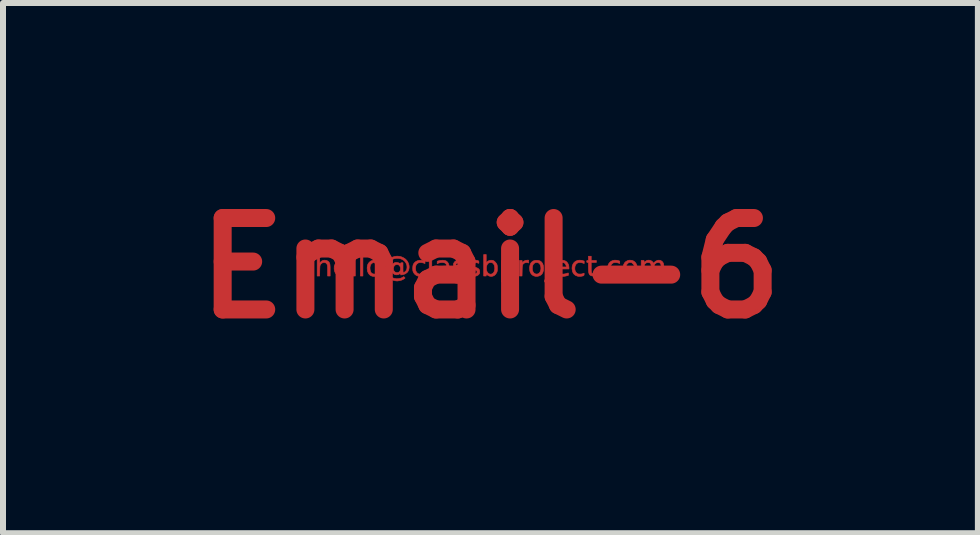
<source format=kicad_pcb>
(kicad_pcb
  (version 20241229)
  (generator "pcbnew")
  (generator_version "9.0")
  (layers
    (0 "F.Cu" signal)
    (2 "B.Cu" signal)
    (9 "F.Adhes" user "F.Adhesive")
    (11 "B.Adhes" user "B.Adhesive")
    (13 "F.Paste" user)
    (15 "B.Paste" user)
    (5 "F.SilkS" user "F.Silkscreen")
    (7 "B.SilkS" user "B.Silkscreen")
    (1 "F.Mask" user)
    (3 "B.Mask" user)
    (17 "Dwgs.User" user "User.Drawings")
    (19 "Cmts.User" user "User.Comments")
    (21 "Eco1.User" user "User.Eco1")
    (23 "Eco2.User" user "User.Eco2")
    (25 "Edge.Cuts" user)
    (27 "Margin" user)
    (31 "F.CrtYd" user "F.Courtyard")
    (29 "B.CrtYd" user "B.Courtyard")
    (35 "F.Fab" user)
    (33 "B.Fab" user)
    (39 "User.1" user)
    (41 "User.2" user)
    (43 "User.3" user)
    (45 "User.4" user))
  (footprint "Email-6"
    (layer "F.Cu")
    (at 5.124 1.418)
    (property "Reference" "Email-6" (at 0 0 0) (layer "F.Cu") (effects (font (size 1.524 1.524) (thickness 0.3))))
    (attr through_hole)
    (fp_poly (pts (xy -2.253 0.132) (xy -2.3 0.132) (xy -2.3 -0.226) (xy -2.253 -0.226) (xy -2.253 0.132)) (stroke (width 0.01) (type solid)) (fill yes) (layer "F.Cu"))
    (fp_poly (pts (xy -2.126 0.132) (xy -2.168 0.132) (xy -2.168 -0.226) (xy -2.126 -0.226) (xy -2.126 0.132)) (stroke (width 0.01) (type solid)) (fill yes) (layer "F.Cu"))
    (fp_poly (pts (xy -0.978 0.132) (xy -1.021 0.132) (xy -1.021 -0.226) (xy -0.978 -0.226) (xy -0.978 0.132)) (stroke (width 0.01) (type solid)) (fill yes) (layer "F.Cu"))
    (fp_poly (pts (xy 1.002 -0.169) (xy 0.955 -0.169) (xy 0.955 -0.226) (xy 1.002 -0.226) (xy 1.002 -0.169)) (stroke (width 0.01) (type solid)) (fill yes) (layer "F.Cu"))
    (fp_poly (pts (xy 1.877 0.132) (xy 1.825 0.132) (xy 1.825 0.071) (xy 1.877 0.071) (xy 1.877 0.132)) (stroke (width 0.01) (type solid)) (fill yes) (layer "F.Cu"))
    (fp_poly (pts (xy 0.635 -0.132) (xy 0.635 -0.085) (xy 0.622 -0.09) (xy 0.604 -0.093) (xy 0.584 -0.09) (xy 0.565 -0.084) (xy 0.558 -0.079) (xy 0.548 -0.071) (xy 0.541 -0.063) (xy 0.536 -0.052) (xy 0.533 -0.038) (xy 0.53 -0.019) (xy 0.529 0.007) (xy 0.528 0.04) (xy 0.528 0.046) (xy 0.526 0.132) (xy 0.484 0.132) (xy 0.484 -0.127) (xy 0.527 -0.127) (xy 0.527 -0.088) (xy 0.54 -0.103) (xy 0.562 -0.119) (xy 0.589 -0.129) (xy 0.612 -0.132) (xy 0.635 -0.132)) (stroke (width 0.01) (type solid)) (fill yes) (layer "F.Cu"))
    (fp_poly (pts (xy 1.001 0.022) (xy 1.001 0.064) (xy 1 0.098) (xy 1 0.124) (xy 0.999 0.144) (xy 0.998 0.159) (xy 0.996 0.17) (xy 0.995 0.178) (xy 0.993 0.185) (xy 0.99 0.19) (xy 0.977 0.209) (xy 0.961 0.221) (xy 0.938 0.228) (xy 0.93 0.229) (xy 0.903 0.232) (xy 0.903 0.212) (xy 0.904 0.2) (xy 0.906 0.194) (xy 0.914 0.193) (xy 0.919 0.193) (xy 0.937 0.189) (xy 0.945 0.183) (xy 0.948 0.179) (xy 0.95 0.175) (xy 0.952 0.17) (xy 0.953 0.161) (xy 0.954 0.149) (xy 0.954 0.131) (xy 0.955 0.108) (xy 0.955 0.078) (xy 0.955 0.04) (xy 0.955 0.023) (xy 0.955 -0.127) (xy 1.003 -0.127) (xy 1.001 0.022)) (stroke (width 0.01) (type solid)) (fill yes) (layer "F.Cu"))
    (fp_poly (pts (xy 1.679 -0.127) (xy 1.764 -0.127) (xy 1.764 -0.094) (xy 1.679 -0.094) (xy 1.679 -0.01) (xy 1.679 0.023) (xy 1.68 0.049) (xy 1.682 0.068) (xy 1.685 0.08) (xy 1.69 0.088) (xy 1.699 0.092) (xy 1.71 0.094) (xy 1.725 0.094) (xy 1.764 0.094) (xy 1.764 0.132) (xy 1.727 0.131) (xy 1.709 0.131) (xy 1.693 0.13) (xy 1.682 0.128) (xy 1.682 0.128) (xy 1.672 0.124) (xy 1.659 0.116) (xy 1.657 0.115) (xy 1.649 0.106) (xy 1.643 0.094) (xy 1.638 0.077) (xy 1.635 0.054) (xy 1.633 0.023) (xy 1.632 -0.015) (xy 1.632 -0.025) (xy 1.632 -0.094) (xy 1.618 -0.094) (xy 1.609 -0.095) (xy 1.605 -0.1) (xy 1.604 -0.111) (xy 1.605 -0.122) (xy 1.609 -0.126) (xy 1.618 -0.127) (xy 1.632 -0.127) (xy 1.632 -0.198) (xy 1.679 -0.198) (xy 1.679 -0.127)) (stroke (width 0.01) (type solid)) (fill yes) (layer "F.Cu"))
    (fp_poly (pts (xy -2.846 -0.087) (xy -2.828 -0.104) (xy -2.808 -0.12) (xy -2.788 -0.129) (xy -2.766 -0.132) (xy -2.764 -0.132) (xy -2.735 -0.128) (xy -2.712 -0.118) (xy -2.697 -0.106) (xy -2.689 -0.096) (xy -2.683 -0.085) (xy -2.678 -0.072) (xy -2.675 -0.056) (xy -2.673 -0.035) (xy -2.672 -0.008) (xy -2.672 0.026) (xy -2.672 0.039) (xy -2.672 0.132) (xy -2.714 0.132) (xy -2.714 0.045) (xy -2.714 0.009) (xy -2.715 -0.018) (xy -2.716 -0.038) (xy -2.718 -0.051) (xy -2.721 -0.058) (xy -2.733 -0.077) (xy -2.749 -0.089) (xy -2.769 -0.094) (xy -2.789 -0.092) (xy -2.809 -0.083) (xy -2.827 -0.067) (xy -2.834 -0.056) (xy -2.837 -0.05) (xy -2.84 -0.042) (xy -2.842 -0.031) (xy -2.843 -0.016) (xy -2.844 0.004) (xy -2.845 0.032) (xy -2.845 0.046) (xy -2.847 0.132) (xy -2.888 0.132) (xy -2.888 -0.226) (xy -2.846 -0.226) (xy -2.846 -0.087)) (stroke (width 0.01) (type solid)) (fill yes) (layer "F.Cu"))
    (fp_poly (pts (xy -1.142 -0.13) (xy -1.116 -0.124) (xy -1.091 -0.116) (xy -1.091 -0.076) (xy -1.117 -0.085) (xy -1.15 -0.093) (xy -1.18 -0.093) (xy -1.206 -0.085) (xy -1.226 -0.07) (xy -1.241 -0.048) (xy -1.249 -0.02) (xy -1.25 0.011) (xy -1.245 0.043) (xy -1.233 0.068) (xy -1.216 0.086) (xy -1.193 0.097) (xy -1.165 0.1) (xy -1.132 0.096) (xy -1.113 0.09) (xy -1.091 0.08) (xy -1.091 0.101) (xy -1.092 0.113) (xy -1.095 0.12) (xy -1.102 0.125) (xy -1.114 0.129) (xy -1.149 0.137) (xy -1.182 0.138) (xy -1.198 0.136) (xy -1.23 0.125) (xy -1.257 0.107) (xy -1.277 0.082) (xy -1.283 0.071) (xy -1.29 0.056) (xy -1.294 0.042) (xy -1.295 0.026) (xy -1.296 0.005) (xy -1.296 0.005) (xy -1.294 -0.026) (xy -1.29 -0.05) (xy -1.281 -0.07) (xy -1.268 -0.088) (xy -1.264 -0.092) (xy -1.24 -0.112) (xy -1.21 -0.125) (xy -1.177 -0.131) (xy -1.142 -0.13)) (stroke (width 0.01) (type solid)) (fill yes) (layer "F.Cu"))
    (fp_poly (pts (xy 2.107 -0.13) (xy 2.13 -0.124) (xy 2.154 -0.117) (xy 2.154 -0.077) (xy 2.13 -0.085) (xy 2.097 -0.093) (xy 2.067 -0.093) (xy 2.042 -0.085) (xy 2.022 -0.07) (xy 2.008 -0.047) (xy 2 -0.019) (xy 1.998 0.013) (xy 2.003 0.042) (xy 2.015 0.067) (xy 2.032 0.086) (xy 2.042 0.092) (xy 2.059 0.097) (xy 2.081 0.099) (xy 2.104 0.099) (xy 2.125 0.095) (xy 2.133 0.092) (xy 2.145 0.087) (xy 2.152 0.085) (xy 2.153 0.085) (xy 2.154 0.089) (xy 2.154 0.099) (xy 2.153 0.104) (xy 2.152 0.117) (xy 2.147 0.124) (xy 2.137 0.129) (xy 2.135 0.13) (xy 2.101 0.137) (xy 2.066 0.138) (xy 2.046 0.135) (xy 2.014 0.124) (xy 1.989 0.105) (xy 1.97 0.081) (xy 1.958 0.05) (xy 1.952 0.013) (xy 1.952 0.002) (xy 1.956 -0.035) (xy 1.967 -0.067) (xy 1.986 -0.093) (xy 2.009 -0.113) (xy 2.038 -0.126) (xy 2.071 -0.132) (xy 2.107 -0.13)) (stroke (width 0.01) (type solid)) (fill yes) (layer "F.Cu"))
    (fp_poly (pts (xy 1.515 -0.13) (xy 1.537 -0.124) (xy 1.562 -0.117) (xy 1.562 -0.076) (xy 1.538 -0.085) (xy 1.506 -0.093) (xy 1.477 -0.094) (xy 1.452 -0.086) (xy 1.431 -0.071) (xy 1.416 -0.049) (xy 1.407 -0.021) (xy 1.407 -0.019) (xy 1.405 0.014) (xy 1.411 0.044) (xy 1.424 0.069) (xy 1.443 0.088) (xy 1.453 0.094) (xy 1.467 0.098) (xy 1.486 0.099) (xy 1.508 0.099) (xy 1.528 0.096) (xy 1.54 0.092) (xy 1.552 0.087) (xy 1.559 0.085) (xy 1.56 0.085) (xy 1.561 0.089) (xy 1.561 0.099) (xy 1.561 0.104) (xy 1.559 0.117) (xy 1.554 0.124) (xy 1.544 0.129) (xy 1.543 0.13) (xy 1.509 0.137) (xy 1.473 0.138) (xy 1.453 0.135) (xy 1.422 0.124) (xy 1.396 0.105) (xy 1.377 0.081) (xy 1.365 0.05) (xy 1.36 0.013) (xy 1.359 0.002) (xy 1.363 -0.035) (xy 1.375 -0.067) (xy 1.393 -0.093) (xy 1.417 -0.113) (xy 1.446 -0.126) (xy 1.479 -0.132) (xy 1.515 -0.13)) (stroke (width 0.01) (type solid)) (fill yes) (layer "F.Cu"))
    (fp_poly (pts (xy 0.787 -0.129) (xy 0.812 -0.124) (xy 0.826 -0.119) (xy 0.851 -0.101) (xy 0.869 -0.076) (xy 0.88 -0.045) (xy 0.885 -0.006) (xy 0.885 0.002) (xy 0.882 0.042) (xy 0.872 0.075) (xy 0.856 0.101) (xy 0.847 0.11) (xy 0.821 0.127) (xy 0.791 0.136) (xy 0.759 0.138) (xy 0.745 0.136) (xy 0.718 0.128) (xy 0.696 0.114) (xy 0.681 0.099) (xy 0.667 0.078) (xy 0.657 0.053) (xy 0.653 0.022) (xy 0.653 0.02) (xy 0.697 0.02) (xy 0.701 0.042) (xy 0.711 0.065) (xy 0.726 0.083) (xy 0.745 0.095) (xy 0.766 0.1) (xy 0.788 0.097) (xy 0.808 0.087) (xy 0.817 0.078) (xy 0.83 0.058) (xy 0.838 0.032) (xy 0.841 0.003) (xy 0.838 -0.027) (xy 0.829 -0.054) (xy 0.827 -0.058) (xy 0.813 -0.077) (xy 0.794 -0.089) (xy 0.774 -0.094) (xy 0.752 -0.092) (xy 0.732 -0.082) (xy 0.715 -0.065) (xy 0.708 -0.054) (xy 0.701 -0.033) (xy 0.697 -0.007) (xy 0.697 0.02) (xy 0.653 0.02) (xy 0.652 -0.003) (xy 0.656 -0.04) (xy 0.666 -0.071) (xy 0.682 -0.096) (xy 0.705 -0.115) (xy 0.713 -0.119) (xy 0.734 -0.126) (xy 0.759 -0.13) (xy 0.787 -0.129)) (stroke (width 0.01) (type solid)) (fill yes) (layer "F.Cu"))
    (fp_poly (pts (xy -1.925 -0.131) (xy -1.892 -0.124) (xy -1.865 -0.11) (xy -1.845 -0.089) (xy -1.83 -0.061) (xy -1.822 -0.026) (xy -1.821 0.014) (xy -1.821 0.016) (xy -1.826 0.051) (xy -1.836 0.079) (xy -1.852 0.104) (xy -1.855 0.108) (xy -1.873 0.122) (xy -1.898 0.132) (xy -1.926 0.138) (xy -1.955 0.138) (xy -1.966 0.136) (xy -1.995 0.126) (xy -2.018 0.108) (xy -2.036 0.083) (xy -2.049 0.053) (xy -2.054 0.016) (xy -2.055 0.015) (xy -2.054 -0.01) (xy -2.008 -0.01) (xy -2.007 0.018) (xy -2.003 0.045) (xy -1.994 0.068) (xy -1.988 0.077) (xy -1.972 0.091) (xy -1.95 0.098) (xy -1.927 0.1) (xy -1.906 0.094) (xy -1.904 0.093) (xy -1.889 0.081) (xy -1.878 0.062) (xy -1.87 0.038) (xy -1.866 0.011) (xy -1.867 -0.016) (xy -1.872 -0.042) (xy -1.882 -0.064) (xy -1.897 -0.081) (xy -1.917 -0.091) (xy -1.938 -0.094) (xy -1.959 -0.089) (xy -1.979 -0.078) (xy -1.995 -0.059) (xy -1.996 -0.057) (xy -2.004 -0.036) (xy -2.008 -0.01) (xy -2.054 -0.01) (xy -2.054 -0.021) (xy -2.048 -0.052) (xy -2.036 -0.077) (xy -2.019 -0.098) (xy -1.995 -0.117) (xy -1.969 -0.128) (xy -1.939 -0.131) (xy -1.925 -0.131)) (stroke (width 0.01) (type solid)) (fill yes) (layer "F.Cu"))
    (fp_poly (pts (xy -0.071 -0.088) (xy -0.06 -0.101) (xy -0.043 -0.116) (xy -0.02 -0.126) (xy 0.005 -0.131) (xy 0.031 -0.13) (xy 0.048 -0.125) (xy 0.063 -0.116) (xy 0.079 -0.101) (xy 0.094 -0.083) (xy 0.106 -0.065) (xy 0.107 -0.062) (xy 0.112 -0.046) (xy 0.114 -0.024) (xy 0.115 0.002) (xy 0.115 0.026) (xy 0.113 0.043) (xy 0.111 0.057) (xy 0.106 0.07) (xy 0.104 0.073) (xy 0.087 0.101) (xy 0.065 0.122) (xy 0.04 0.134) (xy 0.011 0.138) (xy -0.016 0.134) (xy -0.037 0.125) (xy -0.054 0.113) (xy -0.071 0.097) (xy -0.071 0.132) (xy -0.113 0.132) (xy -0.113 0.006) (xy -0.069 0.006) (xy -0.066 0.033) (xy -0.057 0.06) (xy -0.043 0.08) (xy -0.026 0.094) (xy -0.006 0.101) (xy 0.016 0.1) (xy 0.036 0.09) (xy 0.038 0.09) (xy 0.053 0.074) (xy 0.064 0.052) (xy 0.07 0.026) (xy 0.072 -0.001) (xy 0.069 -0.027) (xy 0.062 -0.052) (xy 0.05 -0.072) (xy 0.034 -0.086) (xy 0.033 -0.087) (xy 0.012 -0.093) (xy -0.011 -0.092) (xy -0.032 -0.085) (xy -0.048 -0.07) (xy -0.06 -0.048) (xy -0.067 -0.022) (xy -0.069 0.006) (xy -0.113 0.006) (xy -0.113 -0.226) (xy -0.071 -0.226) (xy -0.071 -0.088)) (stroke (width 0.01) (type solid)) (fill yes) (layer "F.Cu"))
    (fp_poly (pts (xy 2.349 -0.13) (xy 2.379 -0.121) (xy 2.404 -0.104) (xy 2.413 -0.095) (xy 2.431 -0.068) (xy 2.442 -0.037) (xy 2.446 -0.003) (xy 2.444 0.032) (xy 2.435 0.066) (xy 2.419 0.096) (xy 2.417 0.098) (xy 2.398 0.117) (xy 2.373 0.131) (xy 2.344 0.138) (xy 2.313 0.138) (xy 2.302 0.136) (xy 2.271 0.126) (xy 2.247 0.109) (xy 2.229 0.085) (xy 2.217 0.054) (xy 2.212 0.016) (xy 2.212 0.016) (xy 2.212 0.001) (xy 2.257 0.001) (xy 2.259 0.032) (xy 2.267 0.059) (xy 2.279 0.08) (xy 2.285 0.086) (xy 2.303 0.096) (xy 2.324 0.1) (xy 2.347 0.098) (xy 2.365 0.09) (xy 2.38 0.075) (xy 2.392 0.052) (xy 2.397 0.024) (xy 2.398 0.021) (xy 2.399 -0.008) (xy 2.397 -0.031) (xy 2.391 -0.05) (xy 2.38 -0.066) (xy 2.373 -0.073) (xy 2.36 -0.085) (xy 2.351 -0.091) (xy 2.34 -0.094) (xy 2.328 -0.094) (xy 2.314 -0.093) (xy 2.304 -0.09) (xy 2.294 -0.083) (xy 2.284 -0.074) (xy 2.27 -0.057) (xy 2.262 -0.042) (xy 2.26 -0.032) (xy 2.257 0.001) (xy 2.212 0.001) (xy 2.213 -0.025) (xy 2.22 -0.059) (xy 2.234 -0.087) (xy 2.255 -0.108) (xy 2.283 -0.123) (xy 2.286 -0.125) (xy 2.318 -0.132) (xy 2.349 -0.13)) (stroke (width 0.01) (type solid)) (fill yes) (layer "F.Cu"))
    (fp_poly (pts (xy 0.343 -0.125) (xy 0.367 -0.112) (xy 0.388 -0.092) (xy 0.403 -0.067) (xy 0.403 -0.066) (xy 0.411 -0.04) (xy 0.415 -0.01) (xy 0.414 0.022) (xy 0.41 0.051) (xy 0.402 0.076) (xy 0.402 0.077) (xy 0.39 0.095) (xy 0.373 0.113) (xy 0.356 0.127) (xy 0.351 0.13) (xy 0.331 0.136) (xy 0.306 0.137) (xy 0.282 0.133) (xy 0.261 0.125) (xy 0.248 0.116) (xy 0.238 0.108) (xy 0.236 0.105) (xy 0.234 0.104) (xy 0.232 0.112) (xy 0.231 0.127) (xy 0.231 0.152) (xy 0.231 0.163) (xy 0.23 0.23) (xy 0.183 0.23) (xy 0.183 0.000474) (xy 0.231 0.000474) (xy 0.233 0.034) (xy 0.242 0.061) (xy 0.255 0.082) (xy 0.272 0.095) (xy 0.293 0.101) (xy 0.316 0.099) (xy 0.333 0.093) (xy 0.347 0.082) (xy 0.358 0.063) (xy 0.366 0.04) (xy 0.37 0.016) (xy 0.37 -0.019) (xy 0.362 -0.049) (xy 0.346 -0.074) (xy 0.336 -0.084) (xy 0.326 -0.09) (xy 0.312 -0.092) (xy 0.305 -0.093) (xy 0.289 -0.094) (xy 0.279 -0.092) (xy 0.269 -0.086) (xy 0.264 -0.082) (xy 0.246 -0.061) (xy 0.235 -0.035) (xy 0.231 -0.003) (xy 0.231 0.000474) (xy 0.183 0.000474) (xy 0.183 -0.127) (xy 0.23 -0.127) (xy 0.23 -0.093) (xy 0.243 -0.106) (xy 0.266 -0.122) (xy 0.291 -0.131) (xy 0.317 -0.131) (xy 0.343 -0.125)) (stroke (width 0.01) (type solid)) (fill yes) (layer "F.Cu"))
    (fp_poly (pts (xy -2.47 -0.131) (xy -2.439 -0.124) (xy -2.412 -0.11) (xy -2.392 -0.089) (xy -2.377 -0.061) (xy -2.369 -0.026) (xy -2.368 -0.018) (xy -2.365 0.014) (xy -2.563 0.014) (xy -2.559 0.029) (xy -2.55 0.057) (xy -2.537 0.076) (xy -2.519 0.09) (xy -2.509 0.094) (xy -2.49 0.099) (xy -2.465 0.1) (xy -2.439 0.097) (xy -2.413 0.092) (xy -2.406 0.09) (xy -2.391 0.085) (xy -2.381 0.081) (xy -2.377 0.08) (xy -2.376 0.084) (xy -2.375 0.095) (xy -2.375 0.099) (xy -2.376 0.111) (xy -2.381 0.119) (xy -2.391 0.124) (xy -2.391 0.124) (xy -2.402 0.128) (xy -2.419 0.132) (xy -2.438 0.135) (xy -2.456 0.139) (xy -2.471 0.14) (xy -2.477 0.141) (xy -2.484 0.14) (xy -2.496 0.137) (xy -2.508 0.135) (xy -2.54 0.123) (xy -2.566 0.105) (xy -2.586 0.08) (xy -2.599 0.049) (xy -2.605 0.014) (xy -2.604 -0.023) (xy -2.602 -0.032) (xy -2.559 -0.032) (xy -2.558 -0.026) (xy -2.553 -0.022) (xy -2.542 -0.02) (xy -2.523 -0.019) (xy -2.498 -0.019) (xy -2.484 -0.019) (xy -2.409 -0.019) (xy -2.414 -0.038) (xy -2.418 -0.053) (xy -2.423 -0.065) (xy -2.425 -0.067) (xy -2.441 -0.083) (xy -2.461 -0.092) (xy -2.484 -0.094) (xy -2.507 -0.091) (xy -2.527 -0.081) (xy -2.543 -0.066) (xy -2.55 -0.055) (xy -2.555 -0.042) (xy -2.559 -0.032) (xy -2.602 -0.032) (xy -2.596 -0.053) (xy -2.582 -0.08) (xy -2.566 -0.097) (xy -2.543 -0.116) (xy -2.518 -0.127) (xy -2.489 -0.131) (xy -2.47 -0.131)) (stroke (width 0.01) (type solid)) (fill yes) (layer "F.Cu"))
    (fp_poly (pts (xy 1.219 -0.129) (xy 1.248 -0.119) (xy 1.272 -0.102) (xy 1.29 -0.078) (xy 1.303 -0.049) (xy 1.308 -0.014) (xy 1.308 -0.009) (xy 1.308 0.014) (xy 1.211 0.014) (xy 1.178 0.014) (xy 1.153 0.014) (xy 1.135 0.015) (xy 1.124 0.017) (xy 1.118 0.02) (xy 1.115 0.024) (xy 1.116 0.03) (xy 1.119 0.039) (xy 1.12 0.043) (xy 1.133 0.068) (xy 1.15 0.086) (xy 1.161 0.093) (xy 1.185 0.099) (xy 1.213 0.1) (xy 1.245 0.096) (xy 1.277 0.087) (xy 1.29 0.082) (xy 1.295 0.081) (xy 1.298 0.086) (xy 1.298 0.097) (xy 1.298 0.1) (xy 1.298 0.121) (xy 1.271 0.128) (xy 1.242 0.135) (xy 1.214 0.138) (xy 1.19 0.139) (xy 1.183 0.138) (xy 1.15 0.13) (xy 1.123 0.116) (xy 1.104 0.099) (xy 1.088 0.08) (xy 1.078 0.059) (xy 1.072 0.036) (xy 1.07 0.007) (xy 1.07 0.002) (xy 1.073 -0.024) (xy 1.116 -0.024) (xy 1.118 -0.022) (xy 1.124 -0.02) (xy 1.135 -0.019) (xy 1.153 -0.019) (xy 1.177 -0.019) (xy 1.19 -0.019) (xy 1.266 -0.019) (xy 1.263 -0.034) (xy 1.253 -0.061) (xy 1.239 -0.08) (xy 1.219 -0.091) (xy 1.194 -0.094) (xy 1.174 -0.092) (xy 1.157 -0.086) (xy 1.141 -0.074) (xy 1.128 -0.06) (xy 1.122 -0.048) (xy 1.119 -0.035) (xy 1.117 -0.027) (xy 1.116 -0.024) (xy 1.073 -0.024) (xy 1.074 -0.036) (xy 1.085 -0.068) (xy 1.103 -0.094) (xy 1.127 -0.113) (xy 1.157 -0.126) (xy 1.186 -0.131) (xy 1.219 -0.129)) (stroke (width 0.01) (type solid)) (fill yes) (layer "F.Cu"))
    (fp_poly (pts (xy -0.496 -0.13) (xy -0.473 -0.128) (xy -0.455 -0.124) (xy -0.45 -0.123) (xy -0.442 -0.118) (xy -0.438 -0.111) (xy -0.437 -0.099) (xy -0.438 -0.087) (xy -0.44 -0.082) (xy -0.447 -0.081) (xy -0.46 -0.086) (xy -0.463 -0.087) (xy -0.481 -0.091) (xy -0.502 -0.093) (xy -0.524 -0.093) (xy -0.543 -0.092) (xy -0.555 -0.088) (xy -0.567 -0.078) (xy -0.575 -0.064) (xy -0.575 -0.051) (xy -0.57 -0.041) (xy -0.558 -0.033) (xy -0.54 -0.025) (xy -0.514 -0.018) (xy -0.481 -0.008) (xy -0.457 0.003) (xy -0.439 0.015) (xy -0.435 0.019) (xy -0.428 0.032) (xy -0.425 0.05) (xy -0.426 0.071) (xy -0.429 0.089) (xy -0.436 0.102) (xy -0.454 0.119) (xy -0.478 0.13) (xy -0.509 0.137) (xy -0.543 0.138) (xy -0.561 0.136) (xy -0.585 0.132) (xy -0.601 0.129) (xy -0.611 0.125) (xy -0.617 0.119) (xy -0.619 0.111) (xy -0.62 0.102) (xy -0.62 0.089) (xy -0.62 0.081) (xy -0.619 0.08) (xy -0.614 0.082) (xy -0.602 0.086) (xy -0.594 0.089) (xy -0.565 0.097) (xy -0.538 0.101) (xy -0.514 0.1) (xy -0.494 0.095) (xy -0.479 0.086) (xy -0.47 0.072) (xy -0.469 0.064) (xy -0.473 0.049) (xy -0.485 0.037) (xy -0.506 0.027) (xy -0.512 0.025) (xy -0.541 0.017) (xy -0.562 0.011) (xy -0.577 0.005) (xy -0.588 0.000156) (xy -0.595 -0.005) (xy -0.6 -0.009) (xy -0.613 -0.029) (xy -0.618 -0.051) (xy -0.616 -0.073) (xy -0.606 -0.093) (xy -0.591 -0.111) (xy -0.569 -0.124) (xy -0.559 -0.127) (xy -0.542 -0.13) (xy -0.52 -0.131) (xy -0.496 -0.13)) (stroke (width 0.01) (type solid)) (fill yes) (layer "F.Cu"))
    (fp_poly (pts (xy 2.832 -0.128) (xy 2.854 -0.116) (xy 2.863 -0.108) (xy 2.872 -0.097) (xy 2.878 -0.087) (xy 2.883 -0.074) (xy 2.886 -0.058) (xy 2.889 -0.037) (xy 2.89 -0.01) (xy 2.892 0.024) (xy 2.892 0.036) (xy 2.894 0.132) (xy 2.846 0.132) (xy 2.846 0.042) (xy 2.846 0.006) (xy 2.845 -0.022) (xy 2.843 -0.044) (xy 2.84 -0.059) (xy 2.836 -0.071) (xy 2.83 -0.079) (xy 2.822 -0.086) (xy 2.822 -0.086) (xy 2.804 -0.094) (xy 2.784 -0.093) (xy 2.764 -0.087) (xy 2.746 -0.074) (xy 2.737 -0.063) (xy 2.733 -0.056) (xy 2.73 -0.049) (xy 2.728 -0.04) (xy 2.727 -0.028) (xy 2.726 -0.012) (xy 2.725 0.011) (xy 2.724 0.042) (xy 2.724 0.044) (xy 2.723 0.132) (xy 2.681 0.132) (xy 2.681 0.046) (xy 2.681 0.006) (xy 2.679 -0.025) (xy 2.677 -0.048) (xy 2.673 -0.066) (xy 2.667 -0.078) (xy 2.658 -0.086) (xy 2.647 -0.09) (xy 2.632 -0.093) (xy 2.631 -0.093) (xy 2.614 -0.093) (xy 2.601 -0.089) (xy 2.592 -0.084) (xy 2.581 -0.076) (xy 2.573 -0.067) (xy 2.567 -0.056) (xy 2.563 -0.042) (xy 2.561 -0.024) (xy 2.559 0.001) (xy 2.559 0.034) (xy 2.559 0.046) (xy 2.559 0.132) (xy 2.512 0.132) (xy 2.512 -0.127) (xy 2.559 -0.127) (xy 2.559 -0.094) (xy 2.58 -0.111) (xy 2.599 -0.123) (xy 2.615 -0.13) (xy 2.633 -0.132) (xy 2.649 -0.131) (xy 2.674 -0.124) (xy 2.695 -0.111) (xy 2.707 -0.096) (xy 2.717 -0.081) (xy 2.734 -0.099) (xy 2.757 -0.117) (xy 2.782 -0.128) (xy 2.807 -0.132) (xy 2.832 -0.128)) (stroke (width 0.01) (type solid)) (fill yes) (layer "F.Cu"))
    (fp_poly (pts (xy -0.767 -0.128) (xy -0.744 -0.121) (xy -0.741 -0.12) (xy -0.721 -0.105) (xy -0.704 -0.083) (xy -0.694 -0.057) (xy -0.691 -0.048) (xy -0.69 -0.034) (xy -0.688 -0.013) (xy -0.687 0.012) (xy -0.687 0.04) (xy -0.687 0.055) (xy -0.687 0.132) (xy -0.729 0.132) (xy -0.729 0.093) (xy -0.739 0.105) (xy -0.755 0.119) (xy -0.778 0.13) (xy -0.804 0.137) (xy -0.83 0.138) (xy -0.843 0.136) (xy -0.869 0.126) (xy -0.888 0.109) (xy -0.9 0.087) (xy -0.904 0.059) (xy -0.904 0.056) (xy -0.904 0.055) (xy -0.861 0.055) (xy -0.856 0.073) (xy -0.845 0.089) (xy -0.829 0.099) (xy -0.826 0.1) (xy -0.81 0.101) (xy -0.791 0.098) (xy -0.773 0.092) (xy -0.771 0.091) (xy -0.753 0.077) (xy -0.74 0.056) (xy -0.734 0.033) (xy -0.731 0.019) (xy -0.729 0.009) (xy -0.729 0.006) (xy -0.733 0.006) (xy -0.745 0.005) (xy -0.762 0.005) (xy -0.774 0.005) (xy -0.806 0.006) (xy -0.829 0.01) (xy -0.845 0.017) (xy -0.855 0.028) (xy -0.86 0.043) (xy -0.861 0.055) (xy -0.904 0.055) (xy -0.901 0.03) (xy -0.891 0.008) (xy -0.875 -0.009) (xy -0.851 -0.021) (xy -0.82 -0.028) (xy -0.781 -0.032) (xy -0.759 -0.033) (xy -0.73 -0.033) (xy -0.734 -0.05) (xy -0.738 -0.063) (xy -0.743 -0.072) (xy -0.743 -0.073) (xy -0.758 -0.084) (xy -0.779 -0.091) (xy -0.805 -0.094) (xy -0.833 -0.091) (xy -0.86 -0.085) (xy -0.874 -0.08) (xy -0.884 -0.076) (xy -0.888 -0.075) (xy -0.889 -0.079) (xy -0.888 -0.09) (xy -0.888 -0.095) (xy -0.887 -0.115) (xy -0.856 -0.124) (xy -0.827 -0.129) (xy -0.796 -0.131) (xy -0.767 -0.128)) (stroke (width 0.01) (type solid)) (fill yes) (layer "F.Cu"))
    (fp_poly (pts (xy -0.251 -0.13) (xy -0.228 -0.128) (xy -0.21 -0.124) (xy -0.206 -0.123) (xy -0.197 -0.118) (xy -0.194 -0.111) (xy -0.193 -0.099) (xy -0.193 -0.087) (xy -0.195 -0.08) (xy -0.195 -0.08) (xy -0.201 -0.081) (xy -0.213 -0.085) (xy -0.221 -0.088) (xy -0.252 -0.093) (xy -0.277 -0.093) (xy -0.301 -0.09) (xy -0.317 -0.084) (xy -0.326 -0.074) (xy -0.329 -0.06) (xy -0.329 -0.058) (xy -0.328 -0.047) (xy -0.322 -0.038) (xy -0.31 -0.031) (xy -0.291 -0.024) (xy -0.27 -0.018) (xy -0.238 -0.009) (xy -0.214 0.001) (xy -0.198 0.012) (xy -0.187 0.025) (xy -0.182 0.042) (xy -0.18 0.055) (xy -0.179 0.073) (xy -0.182 0.085) (xy -0.188 0.097) (xy -0.189 0.098) (xy -0.207 0.117) (xy -0.231 0.129) (xy -0.262 0.137) (xy -0.296 0.138) (xy -0.316 0.136) (xy -0.34 0.132) (xy -0.356 0.129) (xy -0.367 0.125) (xy -0.372 0.119) (xy -0.374 0.111) (xy -0.375 0.102) (xy -0.376 0.089) (xy -0.375 0.081) (xy -0.374 0.08) (xy -0.369 0.082) (xy -0.358 0.086) (xy -0.349 0.089) (xy -0.312 0.099) (xy -0.276 0.101) (xy -0.261 0.099) (xy -0.241 0.091) (xy -0.228 0.08) (xy -0.223 0.067) (xy -0.225 0.053) (xy -0.234 0.04) (xy -0.251 0.031) (xy -0.265 0.026) (xy -0.285 0.02) (xy -0.305 0.014) (xy -0.305 0.014) (xy -0.33 0.005) (xy -0.348 -0.004) (xy -0.356 -0.012) (xy -0.365 -0.021) (xy -0.37 -0.03) (xy -0.371 -0.042) (xy -0.372 -0.056) (xy -0.371 -0.072) (xy -0.369 -0.083) (xy -0.363 -0.093) (xy -0.354 -0.103) (xy -0.332 -0.12) (xy -0.315 -0.127) (xy -0.298 -0.13) (xy -0.276 -0.131) (xy -0.251 -0.13)) (stroke (width 0.01) (type solid)) (fill yes) (layer "F.Cu"))
    (fp_poly (pts (xy -1.518 -0.196) (xy -1.482 -0.187) (xy -1.448 -0.171) (xy -1.417 -0.15) (xy -1.392 -0.124) (xy -1.373 -0.092) (xy -1.36 -0.056) (xy -1.356 -0.035) (xy -1.356 -0.002) (xy -1.363 0.029) (xy -1.375 0.055) (xy -1.392 0.076) (xy -1.394 0.077) (xy -1.42 0.095) (xy -1.447 0.106) (xy -1.471 0.111) (xy -1.496 0.114) (xy -1.496 0.085) (xy -1.513 0.096) (xy -1.538 0.109) (xy -1.564 0.112) (xy -1.589 0.109) (xy -1.611 0.098) (xy -1.631 0.081) (xy -1.645 0.058) (xy -1.654 0.031) (xy -1.655 0.018) (xy -1.617 0.018) (xy -1.612 0.039) (xy -1.601 0.056) (xy -1.585 0.069) (xy -1.567 0.076) (xy -1.546 0.076) (xy -1.529 0.07) (xy -1.514 0.058) (xy -1.504 0.039) (xy -1.499 0.017) (xy -1.5 -0.008) (xy -1.501 -0.012) (xy -1.509 -0.031) (xy -1.522 -0.047) (xy -1.539 -0.058) (xy -1.555 -0.061) (xy -1.578 -0.057) (xy -1.597 -0.045) (xy -1.609 -0.028) (xy -1.617 -0.005) (xy -1.617 0.018) (xy -1.655 0.018) (xy -1.656 0.009) (xy -1.652 -0.018) (xy -1.643 -0.044) (xy -1.628 -0.067) (xy -1.61 -0.083) (xy -1.599 -0.089) (xy -1.579 -0.094) (xy -1.555 -0.093) (xy -1.532 -0.088) (xy -1.513 -0.078) (xy -1.513 -0.078) (xy -1.496 -0.065) (xy -1.496 -0.077) (xy -1.495 -0.085) (xy -1.49 -0.089) (xy -1.479 -0.089) (xy -1.477 -0.089) (xy -1.458 -0.089) (xy -1.458 -0.007) (xy -1.458 0.027) (xy -1.457 0.052) (xy -1.456 0.068) (xy -1.454 0.075) (xy -1.453 0.075) (xy -1.44 0.071) (xy -1.424 0.061) (xy -1.41 0.047) (xy -1.399 0.031) (xy -1.397 0.026) (xy -1.393 0.007) (xy -1.391 -0.017) (xy -1.393 -0.042) (xy -1.398 -0.064) (xy -1.401 -0.071) (xy -1.419 -0.102) (xy -1.443 -0.127) (xy -1.471 -0.145) (xy -1.503 -0.157) (xy -1.536 -0.163) (xy -1.57 -0.163) (xy -1.604 -0.157) (xy -1.636 -0.144) (xy -1.665 -0.126) (xy -1.69 -0.102) (xy -1.709 -0.073) (xy -1.719 -0.048) (xy -1.725 -0.02) (xy -1.727 0.012) (xy -1.724 0.043) (xy -1.721 0.057) (xy -1.713 0.078) (xy -1.7 0.101) (xy -1.684 0.123) (xy -1.668 0.139) (xy -1.638 0.159) (xy -1.603 0.172) (xy -1.565 0.178) (xy -1.528 0.176) (xy -1.491 0.167) (xy -1.462 0.153) (xy -1.445 0.142) (xy -1.434 0.153) (xy -1.423 0.165) (xy -1.435 0.175) (xy -1.446 0.182) (xy -1.461 0.191) (xy -1.47 0.195) (xy -1.484 0.201) (xy -1.499 0.205) (xy -1.518 0.209) (xy -1.542 0.213) (xy -1.548 0.214) (xy -1.559 0.214) (xy -1.575 0.213) (xy -1.587 0.211) (xy -1.626 0.201) (xy -1.663 0.183) (xy -1.696 0.158) (xy -1.724 0.128) (xy -1.742 0.098) (xy -1.756 0.058) (xy -1.762 0.018) (xy -1.759 -0.023) (xy -1.749 -0.063) (xy -1.731 -0.1) (xy -1.707 -0.132) (xy -1.676 -0.16) (xy -1.672 -0.162) (xy -1.635 -0.182) (xy -1.596 -0.194) (xy -1.557 -0.199) (xy -1.518 -0.196)) (stroke (width 0.01) (type solid)) (fill yes) (layer "F.Cu")))
  (gr_rect
    (start -3 -3)
    (end 13.247 5.836)
    (stroke (width 0.1) (type default))
    (fill no)
    (layer "Edge.Cuts")))
</source>
